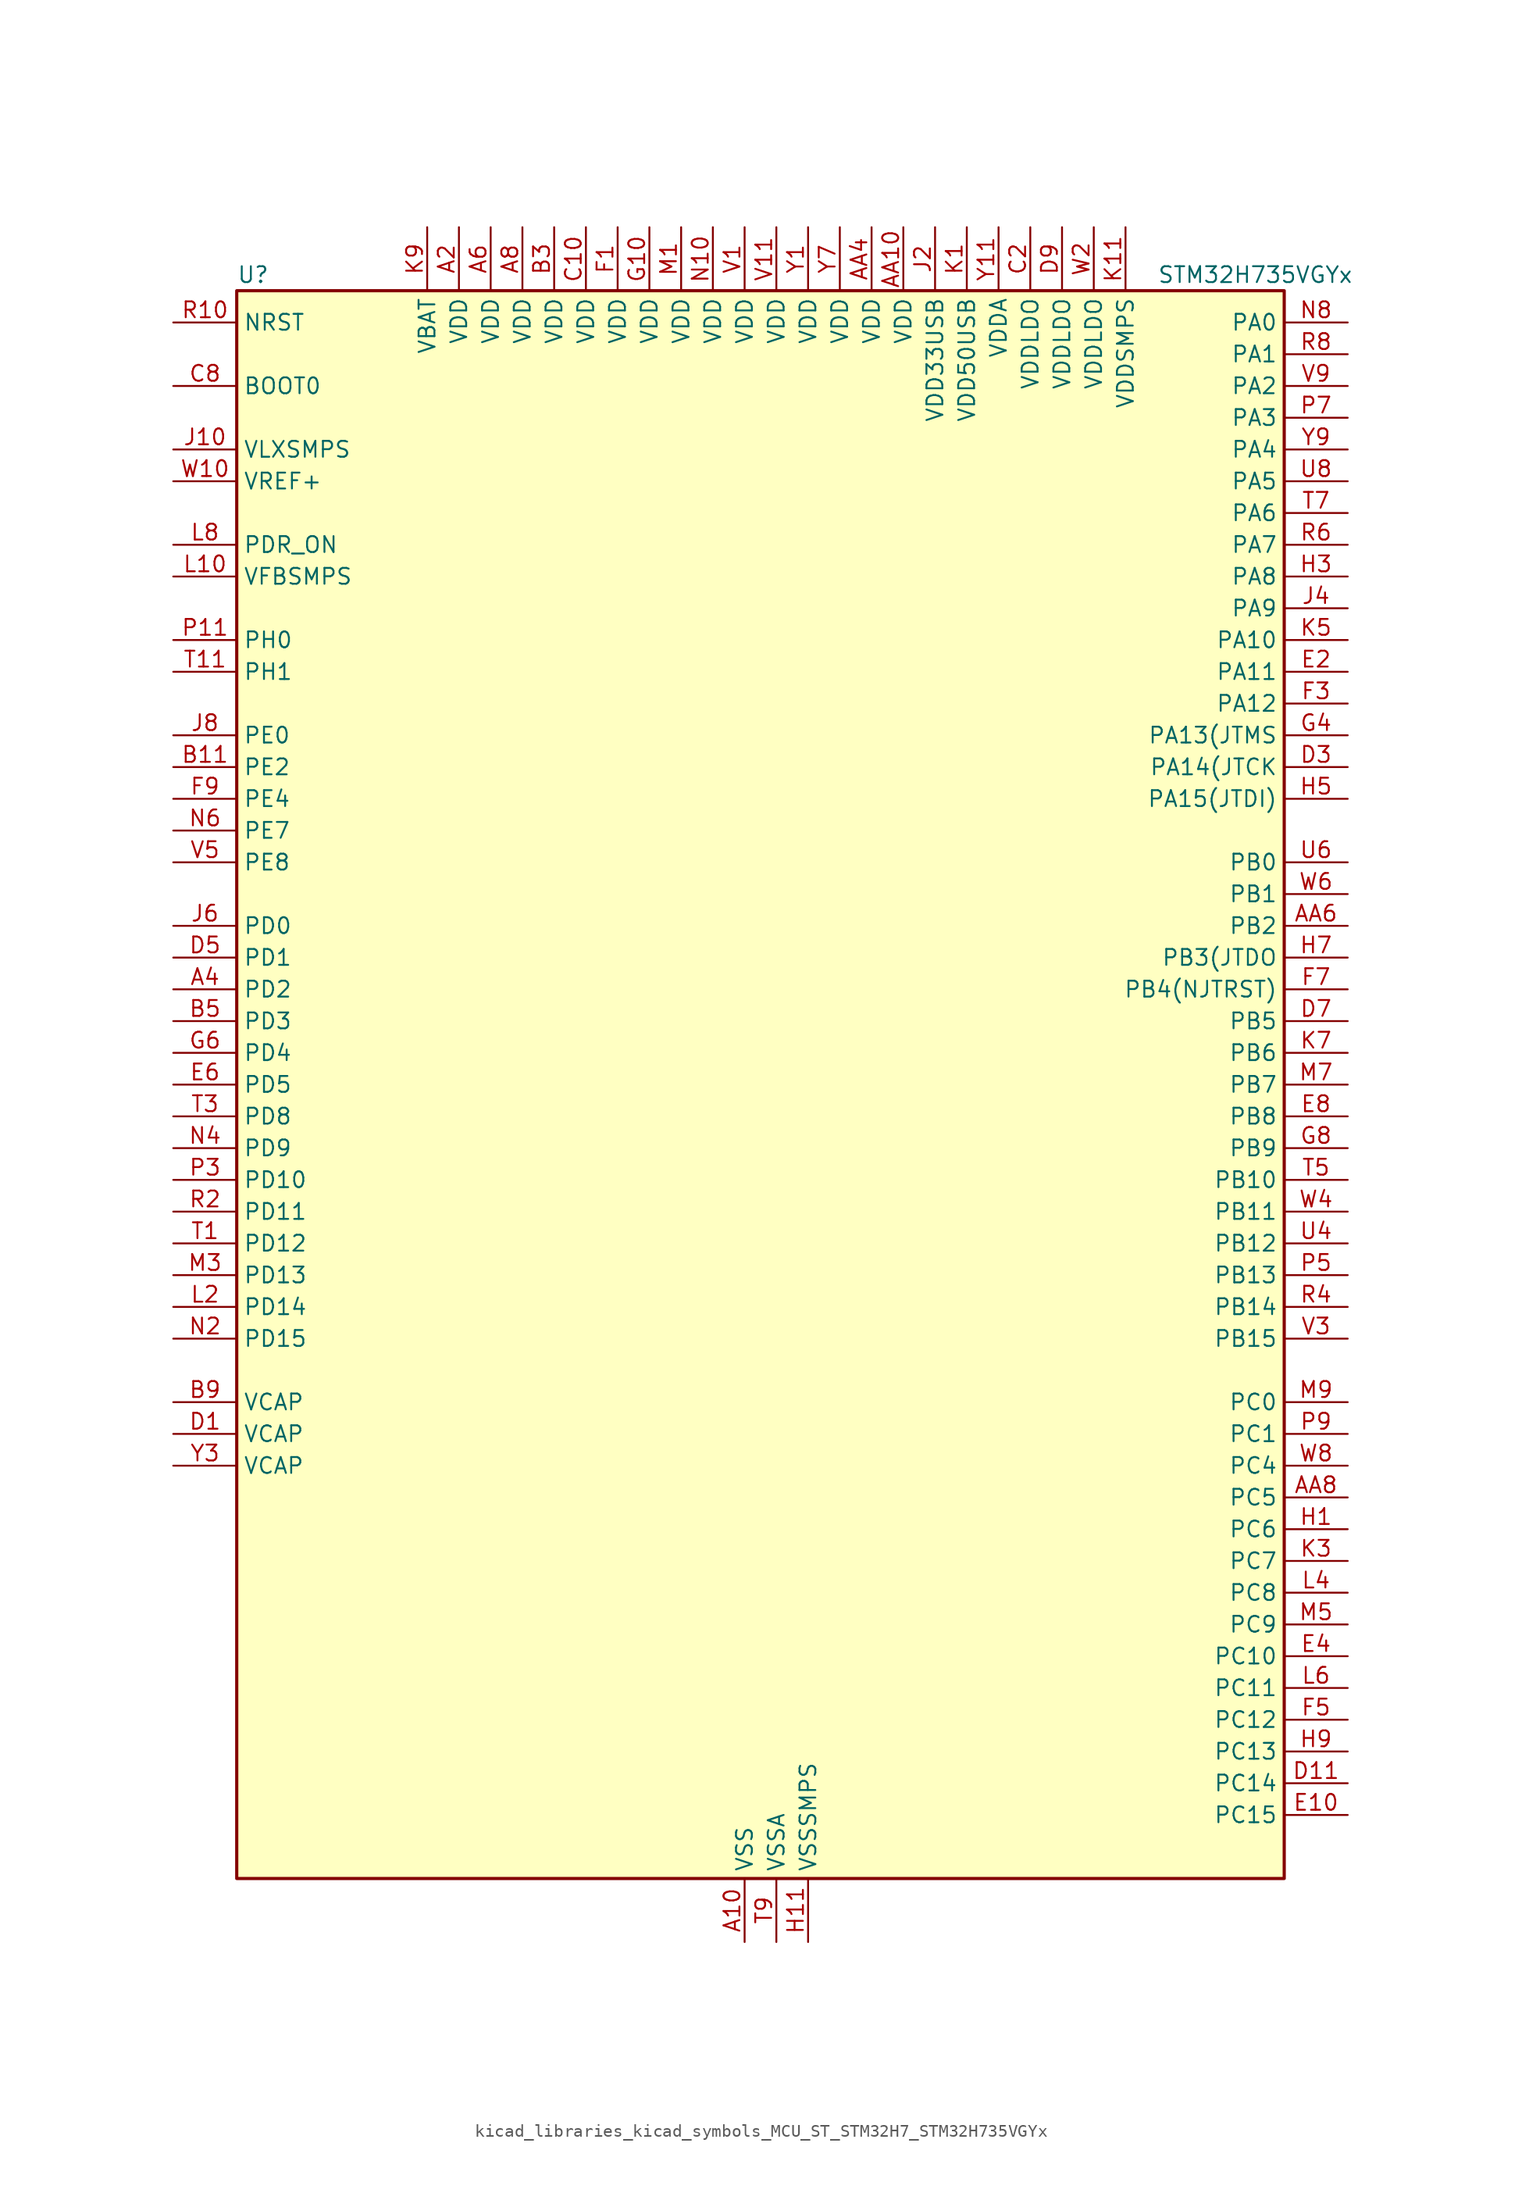
<source format=kicad_sym>
(kicad_symbol_lib
  (version 20220914)
  (generator kicad_symbol_editor)
  (symbol "kicad_libraries_kicad_symbols_MCU_ST_STM32H7_STM32H735VGYx"
    (property "Reference" "U"
      (at -40.64 64.77 0)
      (effects (font (size 1.27 1.27)) (justify left)))
    (property "Value" "STM32H735VGYx"
      (at 33.02 64.77 0)
      (effects (font (size 1.27 1.27)) (justify left)))
    (property "ki_locked" ""
      (at 0 0 0)
      (effects (font (size 1.27 1.27))))
    (symbol "kicad_libraries_kicad_symbols_MCU_ST_STM32H7_STM32H735VGYx_0_1"
      (rectangle (start -40.64 -63.5) (end 43.18 63.5) (stroke (width 0.254) (type default)) (fill (type background))))
    (symbol "kicad_libraries_kicad_symbols_MCU_ST_STM32H7_STM32H735VGYx_1_1"
      (pin power_in line (at 0 -68.58 90) (length 5.08) (name "VSS" (effects (font (size 1.27 1.27)))) (number "A10" (effects (font (size 1.27 1.27)))))
      (pin power_in line (at -22.86 68.58 270) (length 5.08) (name "VDD" (effects (font (size 1.27 1.27)))) (number "A2" (effects (font (size 1.27 1.27)))))
      (pin bidirectional line (at -45.72 7.62 0) (length 5.08) (name "PD2" (effects (font (size 1.27 1.27)))) (number "A4" (effects (font (size 1.27 1.27)))) (alternate "DCMI_D11" bidirectional line) (alternate "DEBUG_TRACED2" bidirectional line) (alternate "FMC_D7" bidirectional line) (alternate "FMC_DA7" bidirectional line) (alternate "LTDC_B2" bidirectional line) (alternate "LTDC_B7" bidirectional line) (alternate "PSSI_D11" bidirectional line) (alternate "SDMMC1_CMD" bidirectional line) (alternate "TIM15_BKIN" bidirectional line) (alternate "TIM3_ETR" bidirectional line) (alternate "UART5_RX" bidirectional line))
      (pin power_in line (at -20.32 68.58 270) (length 5.08) (name "VDD" (effects (font (size 1.27 1.27)))) (number "A6" (effects (font (size 1.27 1.27)))))
      (pin power_in line (at -17.78 68.58 270) (length 5.08) (name "VDD" (effects (font (size 1.27 1.27)))) (number "A8" (effects (font (size 1.27 1.27)))))
      (pin power_in line (at 12.7 68.58 270) (length 5.08) (name "VDD" (effects (font (size 1.27 1.27)))) (number "AA10" (effects (font (size 1.27 1.27)))))
      (pin passive line (at 0 -68.58 90) (length 5.08) hide (name "VSS" (effects (font (size 1.27 1.27)))) (number "AA2" (effects (font (size 1.27 1.27)))))
      (pin power_in line (at 10.16 68.58 270) (length 5.08) (name "VDD" (effects (font (size 1.27 1.27)))) (number "AA4" (effects (font (size 1.27 1.27)))))
      (pin bidirectional line (at 48.26 12.7 180) (length 5.08) (name "PB2" (effects (font (size 1.27 1.27)))) (number "AA6" (effects (font (size 1.27 1.27)))) (alternate "COMP1_INP" bidirectional line) (alternate "DFSDM1_CKIN1" bidirectional line) (alternate "ETH_TX_ER" bidirectional line) (alternate "I2S3_SDO" bidirectional line) (alternate "OCTOSPIM_P1_CLK" bidirectional line) (alternate "OCTOSPIM_P1_DQS" bidirectional line) (alternate "RTC_OUT_ALARM" bidirectional line) (alternate "RTC_OUT_CALIB" bidirectional line) (alternate "SAI1_D1" bidirectional line) (alternate "SAI1_SD_A" bidirectional line) (alternate "SAI4_D1" bidirectional line) (alternate "SAI4_SD_A" bidirectional line) (alternate "SPI3_MOSI" bidirectional line) (alternate "TIM23_ETR" bidirectional line))
      (pin bidirectional line (at 48.26 -33.02 180) (length 5.08) (name "PC5" (effects (font (size 1.27 1.27)))) (number "AA8" (effects (font (size 1.27 1.27)))) (alternate "ADC1_INN4" bidirectional line) (alternate "ADC1_INP8" bidirectional line) (alternate "ADC2_INN4" bidirectional line) (alternate "ADC2_INP8" bidirectional line) (alternate "COMP1_OUT" bidirectional line) (alternate "DFSDM1_DATIN2" bidirectional line) (alternate "ETH_RXD1" bidirectional line) (alternate "FMC_SDCKE0" bidirectional line) (alternate "LTDC_DE" bidirectional line) (alternate "OCTOSPIM_P1_DQS" bidirectional line) (alternate "OPAMP1_VINM" bidirectional line) (alternate "PSSI_D15" bidirectional line) (alternate "SAI1_D3" bidirectional line) (alternate "SAI4_D3" bidirectional line) (alternate "SPDIFRX1_IN3" bidirectional line))
      (pin passive line (at 0 -68.58 90) (length 5.08) hide (name "VSS" (effects (font (size 1.27 1.27)))) (number "B1" (effects (font (size 1.27 1.27)))))
      (pin bidirectional line (at -45.72 25.4 0) (length 5.08) (name "PE2" (effects (font (size 1.27 1.27)))) (number "B11" (effects (font (size 1.27 1.27)))) (alternate "DEBUG_TRACECLK" bidirectional line) (alternate "ETH_TXD3" bidirectional line) (alternate "FMC_A23" bidirectional line) (alternate "OCTOSPIM_P1_IO2" bidirectional line) (alternate "SAI1_CK1" bidirectional line) (alternate "SAI1_MCLK_A" bidirectional line) (alternate "SAI4_CK1" bidirectional line) (alternate "SAI4_MCLK_A" bidirectional line))
      (pin power_in line (at -15.24 68.58 270) (length 5.08) (name "VDD" (effects (font (size 1.27 1.27)))) (number "B3" (effects (font (size 1.27 1.27)))))
      (pin bidirectional line (at -45.72 5.08 0) (length 5.08) (name "PD3" (effects (font (size 1.27 1.27)))) (number "B5" (effects (font (size 1.27 1.27)))) (alternate "DCMI_D5" bidirectional line) (alternate "DFSDM1_CKOUT" bidirectional line) (alternate "FMC_CLK" bidirectional line) (alternate "I2S2_CK" bidirectional line) (alternate "LTDC_G7" bidirectional line) (alternate "PSSI_D5" bidirectional line) (alternate "SPI2_SCK" bidirectional line) (alternate "USART2_CTS" bidirectional line) (alternate "USART2_NSS" bidirectional line))
      (pin passive line (at 0 -68.58 90) (length 5.08) hide (name "VSS" (effects (font (size 1.27 1.27)))) (number "B7" (effects (font (size 1.27 1.27)))))
      (pin power_out line (at -45.72 -25.4 0) (length 5.08) (name "VCAP" (effects (font (size 1.27 1.27)))) (number "B9" (effects (font (size 1.27 1.27)))))
      (pin power_in line (at -12.7 68.58 270) (length 5.08) (name "VDD" (effects (font (size 1.27 1.27)))) (number "C10" (effects (font (size 1.27 1.27)))))
      (pin power_in line (at 22.86 68.58 270) (length 5.08) (name "VDDLDO" (effects (font (size 1.27 1.27)))) (number "C2" (effects (font (size 1.27 1.27)))))
      (pin passive line (at 0 -68.58 90) (length 5.08) hide (name "VSS" (effects (font (size 1.27 1.27)))) (number "C4" (effects (font (size 1.27 1.27)))))
      (pin passive line (at 0 -68.58 90) (length 5.08) hide (name "VSS" (effects (font (size 1.27 1.27)))) (number "C6" (effects (font (size 1.27 1.27)))))
      (pin input line (at -45.72 55.88 0) (length 5.08) (name "BOOT0" (effects (font (size 1.27 1.27)))) (number "C8" (effects (font (size 1.27 1.27)))))
      (pin power_out line (at -45.72 -27.94 0) (length 5.08) (name "VCAP" (effects (font (size 1.27 1.27)))) (number "D1" (effects (font (size 1.27 1.27)))))
      (pin bidirectional line (at 48.26 -55.88 180) (length 5.08) (name "PC14" (effects (font (size 1.27 1.27)))) (number "D11" (effects (font (size 1.27 1.27)))) (alternate "RCC_OSC32_IN" bidirectional line))
      (pin bidirectional line (at 48.26 25.4 180) (length 5.08) (name "PA14(JTCK" (effects (font (size 1.27 1.27)))) (number "D3" (effects (font (size 1.27 1.27)))) (alternate "DEBUG_JTCK-SWCLK" bidirectional line))
      (pin bidirectional line (at -45.72 10.16 0) (length 5.08) (name "PD1" (effects (font (size 1.27 1.27)))) (number "D5" (effects (font (size 1.27 1.27)))) (alternate "DFSDM1_DATIN6" bidirectional line) (alternate "FDCAN1_TX" bidirectional line) (alternate "FMC_D3" bidirectional line) (alternate "FMC_DA3" bidirectional line) (alternate "UART4_TX" bidirectional line))
      (pin bidirectional line (at 48.26 5.08 180) (length 5.08) (name "PB5" (effects (font (size 1.27 1.27)))) (number "D7" (effects (font (size 1.27 1.27)))) (alternate "DCMI_D10" bidirectional line) (alternate "ETH_PPS_OUT" bidirectional line) (alternate "FDCAN2_RX" bidirectional line) (alternate "FMC_SDCKE1" bidirectional line) (alternate "I2C1_SMBA" bidirectional line) (alternate "I2C4_SMBA" bidirectional line) (alternate "I2S1_SDO" bidirectional line) (alternate "I2S3_SDO" bidirectional line) (alternate "I2S6_SDO" bidirectional line) (alternate "LTDC_B5" bidirectional line) (alternate "PSSI_D10" bidirectional line) (alternate "SPI1_MOSI" bidirectional line) (alternate "SPI3_MOSI" bidirectional line) (alternate "SPI6_MOSI" bidirectional line) (alternate "TIM17_BKIN" bidirectional line) (alternate "TIM3_CH2" bidirectional line) (alternate "UART5_RX" bidirectional line) (alternate "USB_OTG_HS_ULPI_D7" bidirectional line))
      (pin power_in line (at 25.4 68.58 270) (length 5.08) (name "VDDLDO" (effects (font (size 1.27 1.27)))) (number "D9" (effects (font (size 1.27 1.27)))))
      (pin bidirectional line (at 48.26 -58.42 180) (length 5.08) (name "PC15" (effects (font (size 1.27 1.27)))) (number "E10" (effects (font (size 1.27 1.27)))) (alternate "ADC1_EXTI15" bidirectional line) (alternate "ADC2_EXTI15" bidirectional line) (alternate "ADC3_EXTI15" bidirectional line) (alternate "RCC_OSC32_OUT" bidirectional line))
      (pin bidirectional line (at 48.26 33.02 180) (length 5.08) (name "PA11" (effects (font (size 1.27 1.27)))) (number "E2" (effects (font (size 1.27 1.27)))) (alternate "ADC1_EXTI11" bidirectional line) (alternate "ADC2_EXTI11" bidirectional line) (alternate "ADC3_EXTI11" bidirectional line) (alternate "FDCAN1_RX" bidirectional line) (alternate "I2S2_WS" bidirectional line) (alternate "LPUART1_CTS" bidirectional line) (alternate "LTDC_R4" bidirectional line) (alternate "SPI2_NSS" bidirectional line) (alternate "TIM1_CH4" bidirectional line) (alternate "UART4_RX" bidirectional line) (alternate "USART1_CTS" bidirectional line) (alternate "USART1_NSS" bidirectional line) (alternate "USB_OTG_HS_DM" bidirectional line))
      (pin bidirectional line (at 48.26 -45.72 180) (length 5.08) (name "PC10" (effects (font (size 1.27 1.27)))) (number "E4" (effects (font (size 1.27 1.27)))) (alternate "DCMI_D8" bidirectional line) (alternate "DFSDM1_CKIN5" bidirectional line) (alternate "I2C5_SDA" bidirectional line) (alternate "I2S3_CK" bidirectional line) (alternate "LTDC_B1" bidirectional line) (alternate "LTDC_R2" bidirectional line) (alternate "OCTOSPIM_P1_IO1" bidirectional line) (alternate "PSSI_D8" bidirectional line) (alternate "SDMMC1_D2" bidirectional line) (alternate "SPI3_SCK" bidirectional line) (alternate "SWPMI1_RX" bidirectional line) (alternate "UART4_TX" bidirectional line) (alternate "USART3_TX" bidirectional line))
      (pin bidirectional line (at -45.72 0 0) (length 5.08) (name "PD5" (effects (font (size 1.27 1.27)))) (number "E6" (effects (font (size 1.27 1.27)))) (alternate "FMC_NWE" bidirectional line) (alternate "OCTOSPIM_P1_IO5" bidirectional line) (alternate "USART2_TX" bidirectional line))
      (pin bidirectional line (at 48.26 -2.54 180) (length 5.08) (name "PB8" (effects (font (size 1.27 1.27)))) (number "E8" (effects (font (size 1.27 1.27)))) (alternate "DCMI_D6" bidirectional line) (alternate "DFSDM1_CKIN7" bidirectional line) (alternate "ETH_TXD3" bidirectional line) (alternate "FDCAN1_RX" bidirectional line) (alternate "I2C1_SCL" bidirectional line) (alternate "I2C4_SCL" bidirectional line) (alternate "LTDC_B6" bidirectional line) (alternate "PSSI_D6" bidirectional line) (alternate "SDMMC1_CKIN" bidirectional line) (alternate "SDMMC1_D4" bidirectional line) (alternate "SDMMC2_D4" bidirectional line) (alternate "TIM16_CH1" bidirectional line) (alternate "TIM4_CH3" bidirectional line) (alternate "UART4_RX" bidirectional line))
      (pin power_in line (at -10.16 68.58 270) (length 5.08) (name "VDD" (effects (font (size 1.27 1.27)))) (number "F1" (effects (font (size 1.27 1.27)))))
      (pin passive line (at 0 -68.58 90) (length 5.08) hide (name "VSS" (effects (font (size 1.27 1.27)))) (number "F11" (effects (font (size 1.27 1.27)))))
      (pin bidirectional line (at 48.26 30.48 180) (length 5.08) (name "PA12" (effects (font (size 1.27 1.27)))) (number "F3" (effects (font (size 1.27 1.27)))) (alternate "FDCAN1_TX" bidirectional line) (alternate "I2S2_CK" bidirectional line) (alternate "LPUART1_DE" bidirectional line) (alternate "LPUART1_RTS" bidirectional line) (alternate "LTDC_R5" bidirectional line) (alternate "SAI4_FS_B" bidirectional line) (alternate "SPI2_SCK" bidirectional line) (alternate "TIM1_BKIN2" bidirectional line) (alternate "TIM1_ETR" bidirectional line) (alternate "UART4_TX" bidirectional line) (alternate "USART1_DE" bidirectional line) (alternate "USART1_RTS" bidirectional line) (alternate "USB_OTG_HS_DP" bidirectional line))
      (pin bidirectional line (at 48.26 -50.8 180) (length 5.08) (name "PC12" (effects (font (size 1.27 1.27)))) (number "F5" (effects (font (size 1.27 1.27)))) (alternate "DCMI_D9" bidirectional line) (alternate "DEBUG_TRACED3" bidirectional line) (alternate "FMC_D6" bidirectional line) (alternate "FMC_DA6" bidirectional line) (alternate "I2C5_SMBA" bidirectional line) (alternate "I2S3_SDO" bidirectional line) (alternate "I2S6_CK" bidirectional line) (alternate "LTDC_R6" bidirectional line) (alternate "PSSI_D9" bidirectional line) (alternate "SDMMC1_CK" bidirectional line) (alternate "SPI3_MOSI" bidirectional line) (alternate "SPI6_SCK" bidirectional line) (alternate "TIM15_CH1" bidirectional line) (alternate "UART5_TX" bidirectional line) (alternate "USART3_CK" bidirectional line))
      (pin bidirectional line (at 48.26 7.62 180) (length 5.08) (name "PB4(NJTRST)" (effects (font (size 1.27 1.27)))) (number "F7" (effects (font (size 1.27 1.27)))) (alternate "DEBUG_JTRST" bidirectional line) (alternate "I2S1_SDI" bidirectional line) (alternate "I2S2_WS" bidirectional line) (alternate "I2S3_SDI" bidirectional line) (alternate "I2S6_SDI" bidirectional line) (alternate "SDMMC2_D3" bidirectional line) (alternate "SPI1_MISO" bidirectional line) (alternate "SPI2_NSS" bidirectional line) (alternate "SPI3_MISO" bidirectional line) (alternate "SPI6_MISO" bidirectional line) (alternate "TIM16_BKIN" bidirectional line) (alternate "TIM3_CH1" bidirectional line) (alternate "UART7_TX" bidirectional line))
      (pin bidirectional line (at -45.72 22.86 0) (length 5.08) (name "PE4" (effects (font (size 1.27 1.27)))) (number "F9" (effects (font (size 1.27 1.27)))) (alternate "DCMI_D4" bidirectional line) (alternate "DEBUG_TRACED1" bidirectional line) (alternate "DFSDM1_DATIN3" bidirectional line) (alternate "FMC_A20" bidirectional line) (alternate "LTDC_B0" bidirectional line) (alternate "PSSI_D4" bidirectional line) (alternate "SAI1_D2" bidirectional line) (alternate "SAI1_FS_A" bidirectional line) (alternate "SAI4_D2" bidirectional line) (alternate "SAI4_FS_A" bidirectional line) (alternate "TIM15_CH1N" bidirectional line))
      (pin power_in line (at -7.62 68.58 270) (length 5.08) (name "VDD" (effects (font (size 1.27 1.27)))) (number "G10" (effects (font (size 1.27 1.27)))))
      (pin passive line (at 0 -68.58 90) (length 5.08) hide (name "VSS" (effects (font (size 1.27 1.27)))) (number "G2" (effects (font (size 1.27 1.27)))))
      (pin bidirectional line (at 48.26 27.94 180) (length 5.08) (name "PA13(JTMS" (effects (font (size 1.27 1.27)))) (number "G4" (effects (font (size 1.27 1.27)))) (alternate "DEBUG_JTMS-SWDIO" bidirectional line))
      (pin bidirectional line (at -45.72 2.54 0) (length 5.08) (name "PD4" (effects (font (size 1.27 1.27)))) (number "G6" (effects (font (size 1.27 1.27)))) (alternate "FMC_NOE" bidirectional line) (alternate "OCTOSPIM_P1_IO4" bidirectional line) (alternate "USART2_DE" bidirectional line) (alternate "USART2_RTS" bidirectional line))
      (pin bidirectional line (at 48.26 -5.08 180) (length 5.08) (name "PB9" (effects (font (size 1.27 1.27)))) (number "G8" (effects (font (size 1.27 1.27)))) (alternate "DAC1_EXTI9" bidirectional line) (alternate "DCMI_D7" bidirectional line) (alternate "DFSDM1_DATIN7" bidirectional line) (alternate "FDCAN1_TX" bidirectional line) (alternate "I2C1_SDA" bidirectional line) (alternate "I2C4_SDA" bidirectional line) (alternate "I2C4_SMBA" bidirectional line) (alternate "I2S2_WS" bidirectional line) (alternate "LTDC_B7" bidirectional line) (alternate "PSSI_D7" bidirectional line) (alternate "SDMMC1_CDIR" bidirectional line) (alternate "SDMMC1_D5" bidirectional line) (alternate "SDMMC2_D5" bidirectional line) (alternate "SPI2_NSS" bidirectional line) (alternate "TIM17_CH1" bidirectional line) (alternate "TIM4_CH4" bidirectional line) (alternate "UART4_TX" bidirectional line))
      (pin bidirectional line (at 48.26 -35.56 180) (length 5.08) (name "PC6" (effects (font (size 1.27 1.27)))) (number "H1" (effects (font (size 1.27 1.27)))) (alternate "DCMI_D0" bidirectional line) (alternate "DFSDM1_CKIN3" bidirectional line) (alternate "FMC_NWAIT" bidirectional line) (alternate "I2S2_MCK" bidirectional line) (alternate "LTDC_HSYNC" bidirectional line) (alternate "PSSI_D0" bidirectional line) (alternate "SDMMC1_D0DIR" bidirectional line) (alternate "SDMMC1_D6" bidirectional line) (alternate "SDMMC2_D6" bidirectional line) (alternate "SWPMI1_IO" bidirectional line) (alternate "TIM3_CH1" bidirectional line) (alternate "TIM8_CH1" bidirectional line) (alternate "USART6_TX" bidirectional line))
      (pin power_in line (at 5.08 -68.58 90) (length 5.08) (name "VSSSMPS" (effects (font (size 1.27 1.27)))) (number "H11" (effects (font (size 1.27 1.27)))))
      (pin bidirectional line (at 48.26 40.64 180) (length 5.08) (name "PA8" (effects (font (size 1.27 1.27)))) (number "H3" (effects (font (size 1.27 1.27)))) (alternate "I2C3_SCL" bidirectional line) (alternate "I2C5_SCL" bidirectional line) (alternate "LTDC_B3" bidirectional line) (alternate "LTDC_R6" bidirectional line) (alternate "RCC_MCO_1" bidirectional line) (alternate "TIM1_CH1" bidirectional line) (alternate "TIM8_BKIN2" bidirectional line) (alternate "TIM8_BKIN2_COMP1" bidirectional line) (alternate "TIM8_BKIN2_COMP2" bidirectional line) (alternate "UART7_RX" bidirectional line) (alternate "USART1_CK" bidirectional line) (alternate "USB_OTG_HS_SOF" bidirectional line))
      (pin bidirectional line (at 48.26 22.86 180) (length 5.08) (name "PA15(JTDI)" (effects (font (size 1.27 1.27)))) (number "H5" (effects (font (size 1.27 1.27)))) (alternate "ADC1_EXTI15" bidirectional line) (alternate "ADC2_EXTI15" bidirectional line) (alternate "ADC3_EXTI15" bidirectional line) (alternate "CEC" bidirectional line) (alternate "DEBUG_JTDI" bidirectional line) (alternate "I2S1_WS" bidirectional line) (alternate "I2S3_WS" bidirectional line) (alternate "I2S6_WS" bidirectional line) (alternate "LTDC_B6" bidirectional line) (alternate "LTDC_R3" bidirectional line) (alternate "SPI1_NSS" bidirectional line) (alternate "SPI3_NSS" bidirectional line) (alternate "SPI6_NSS" bidirectional line) (alternate "TIM2_CH1" bidirectional line) (alternate "TIM2_ETR" bidirectional line) (alternate "UART4_DE" bidirectional line) (alternate "UART4_RTS" bidirectional line) (alternate "UART7_TX" bidirectional line))
      (pin bidirectional line (at 48.26 10.16 180) (length 5.08) (name "PB3(JTDO" (effects (font (size 1.27 1.27)))) (number "H7" (effects (font (size 1.27 1.27)))) (alternate "CRS_SYNC" bidirectional line) (alternate "DEBUG_JTDO-SWO" bidirectional line) (alternate "I2S1_CK" bidirectional line) (alternate "I2S3_CK" bidirectional line) (alternate "I2S6_CK" bidirectional line) (alternate "SDMMC2_D2" bidirectional line) (alternate "SPI1_SCK" bidirectional line) (alternate "SPI3_SCK" bidirectional line) (alternate "SPI6_SCK" bidirectional line) (alternate "TIM24_ETR" bidirectional line) (alternate "TIM2_CH2" bidirectional line) (alternate "UART7_RX" bidirectional line))
      (pin bidirectional line (at 48.26 -53.34 180) (length 5.08) (name "PC13" (effects (font (size 1.27 1.27)))) (number "H9" (effects (font (size 1.27 1.27)))) (alternate "PWR_WKUP4" bidirectional line) (alternate "RTC_OUT_ALARM" bidirectional line) (alternate "RTC_OUT_CALIB" bidirectional line) (alternate "RTC_TAMP1" bidirectional line) (alternate "RTC_TS" bidirectional line))
      (pin power_in line (at -45.72 50.8 0) (length 5.08) (name "VLXSMPS" (effects (font (size 1.27 1.27)))) (number "J10" (effects (font (size 1.27 1.27)))))
      (pin power_in line (at 15.24 68.58 270) (length 5.08) (name "VDD33USB" (effects (font (size 1.27 1.27)))) (number "J2" (effects (font (size 1.27 1.27)))))
      (pin bidirectional line (at 48.26 38.1 180) (length 5.08) (name "PA9" (effects (font (size 1.27 1.27)))) (number "J4" (effects (font (size 1.27 1.27)))) (alternate "DAC1_EXTI9" bidirectional line) (alternate "DCMI_D0" bidirectional line) (alternate "ETH_TX_ER" bidirectional line) (alternate "I2C3_SMBA" bidirectional line) (alternate "I2C5_SMBA" bidirectional line) (alternate "I2S2_CK" bidirectional line) (alternate "LPUART1_TX" bidirectional line) (alternate "LTDC_R5" bidirectional line) (alternate "PSSI_D0" bidirectional line) (alternate "SPI2_SCK" bidirectional line) (alternate "TIM1_CH2" bidirectional line) (alternate "USART1_TX" bidirectional line) (alternate "USB_OTG_HS_VBUS" bidirectional line))
      (pin bidirectional line (at -45.72 12.7 0) (length 5.08) (name "PD0" (effects (font (size 1.27 1.27)))) (number "J6" (effects (font (size 1.27 1.27)))) (alternate "DFSDM1_CKIN6" bidirectional line) (alternate "FDCAN1_RX" bidirectional line) (alternate "FMC_D2" bidirectional line) (alternate "FMC_DA2" bidirectional line) (alternate "LTDC_B1" bidirectional line) (alternate "UART4_RX" bidirectional line) (alternate "UART9_CTS" bidirectional line))
      (pin bidirectional line (at -45.72 27.94 0) (length 5.08) (name "PE0" (effects (font (size 1.27 1.27)))) (number "J8" (effects (font (size 1.27 1.27)))) (alternate "DCMI_D2" bidirectional line) (alternate "FMC_NBL0" bidirectional line) (alternate "LPTIM1_ETR" bidirectional line) (alternate "LPTIM2_ETR" bidirectional line) (alternate "LTDC_R0" bidirectional line) (alternate "PSSI_D2" bidirectional line) (alternate "SAI4_MCLK_A" bidirectional line) (alternate "TIM4_ETR" bidirectional line))
      (pin power_in line (at 17.78 68.58 270) (length 5.08) (name "VDD50USB" (effects (font (size 1.27 1.27)))) (number "K1" (effects (font (size 1.27 1.27)))))
      (pin power_in line (at 30.48 68.58 270) (length 5.08) (name "VDDSMPS" (effects (font (size 1.27 1.27)))) (number "K11" (effects (font (size 1.27 1.27)))))
      (pin bidirectional line (at 48.26 -38.1 180) (length 5.08) (name "PC7" (effects (font (size 1.27 1.27)))) (number "K3" (effects (font (size 1.27 1.27)))) (alternate "DCMI_D1" bidirectional line) (alternate "DEBUG_TRGIO" bidirectional line) (alternate "DFSDM1_DATIN3" bidirectional line) (alternate "FMC_NE1" bidirectional line) (alternate "I2S3_MCK" bidirectional line) (alternate "LTDC_G6" bidirectional line) (alternate "PSSI_D1" bidirectional line) (alternate "SDMMC1_D123DIR" bidirectional line) (alternate "SDMMC1_D7" bidirectional line) (alternate "SDMMC2_D7" bidirectional line) (alternate "SWPMI1_TX" bidirectional line) (alternate "TIM3_CH2" bidirectional line) (alternate "TIM8_CH2" bidirectional line) (alternate "USART6_RX" bidirectional line))
      (pin bidirectional line (at 48.26 35.56 180) (length 5.08) (name "PA10" (effects (font (size 1.27 1.27)))) (number "K5" (effects (font (size 1.27 1.27)))) (alternate "DCMI_D1" bidirectional line) (alternate "LPUART1_RX" bidirectional line) (alternate "LTDC_B1" bidirectional line) (alternate "LTDC_B4" bidirectional line) (alternate "MDIOS_MDIO" bidirectional line) (alternate "PSSI_D1" bidirectional line) (alternate "TIM1_CH3" bidirectional line) (alternate "USART1_RX" bidirectional line) (alternate "USB_OTG_HS_ID" bidirectional line))
      (pin bidirectional line (at 48.26 2.54 180) (length 5.08) (name "PB6" (effects (font (size 1.27 1.27)))) (number "K7" (effects (font (size 1.27 1.27)))) (alternate "CEC" bidirectional line) (alternate "DCMI_D5" bidirectional line) (alternate "DFSDM1_DATIN5" bidirectional line) (alternate "FDCAN2_TX" bidirectional line) (alternate "FMC_SDNE1" bidirectional line) (alternate "I2C1_SCL" bidirectional line) (alternate "I2C4_SCL" bidirectional line) (alternate "LPUART1_TX" bidirectional line) (alternate "OCTOSPIM_P1_NCS" bidirectional line) (alternate "PSSI_D5" bidirectional line) (alternate "TIM16_CH1N" bidirectional line) (alternate "TIM4_CH1" bidirectional line) (alternate "UART5_TX" bidirectional line) (alternate "USART1_TX" bidirectional line))
      (pin power_in line (at -25.4 68.58 270) (length 5.08) (name "VBAT" (effects (font (size 1.27 1.27)))) (number "K9" (effects (font (size 1.27 1.27)))))
      (pin input line (at -45.72 40.64 0) (length 5.08) (name "VFBSMPS" (effects (font (size 1.27 1.27)))) (number "L10" (effects (font (size 1.27 1.27)))))
      (pin bidirectional line (at -45.72 -17.78 0) (length 5.08) (name "PD14" (effects (font (size 1.27 1.27)))) (number "L2" (effects (font (size 1.27 1.27)))) (alternate "FMC_D0" bidirectional line) (alternate "FMC_DA0" bidirectional line) (alternate "TIM4_CH3" bidirectional line) (alternate "UART9_RX" bidirectional line))
      (pin bidirectional line (at 48.26 -40.64 180) (length 5.08) (name "PC8" (effects (font (size 1.27 1.27)))) (number "L4" (effects (font (size 1.27 1.27)))) (alternate "DCMI_D2" bidirectional line) (alternate "DEBUG_TRACED1" bidirectional line) (alternate "FMC_INT" bidirectional line) (alternate "FMC_NCE" bidirectional line) (alternate "FMC_NE2" bidirectional line) (alternate "PSSI_D2" bidirectional line) (alternate "SDMMC1_D0" bidirectional line) (alternate "SWPMI1_RX" bidirectional line) (alternate "TIM3_CH3" bidirectional line) (alternate "TIM8_CH3" bidirectional line) (alternate "UART5_DE" bidirectional line) (alternate "UART5_RTS" bidirectional line) (alternate "USART6_CK" bidirectional line))
      (pin bidirectional line (at 48.26 -48.26 180) (length 5.08) (name "PC11" (effects (font (size 1.27 1.27)))) (number "L6" (effects (font (size 1.27 1.27)))) (alternate "ADC1_EXTI11" bidirectional line) (alternate "ADC2_EXTI11" bidirectional line) (alternate "ADC3_EXTI11" bidirectional line) (alternate "DCMI_D4" bidirectional line) (alternate "DFSDM1_DATIN5" bidirectional line) (alternate "I2C5_SCL" bidirectional line) (alternate "I2S3_SDI" bidirectional line) (alternate "LTDC_B4" bidirectional line) (alternate "OCTOSPIM_P1_NCS" bidirectional line) (alternate "PSSI_D4" bidirectional line) (alternate "SDMMC1_D3" bidirectional line) (alternate "SPI3_MISO" bidirectional line) (alternate "UART4_RX" bidirectional line) (alternate "USART3_RX" bidirectional line))
      (pin input line (at -45.72 43.18 0) (length 5.08) (name "PDR_ON" (effects (font (size 1.27 1.27)))) (number "L8" (effects (font (size 1.27 1.27)))))
      (pin power_in line (at -5.08 68.58 270) (length 5.08) (name "VDD" (effects (font (size 1.27 1.27)))) (number "M1" (effects (font (size 1.27 1.27)))))
      (pin passive line (at 0 -68.58 90) (length 5.08) hide (name "VSS" (effects (font (size 1.27 1.27)))) (number "M11" (effects (font (size 1.27 1.27)))))
      (pin bidirectional line (at -45.72 -15.24 0) (length 5.08) (name "PD13" (effects (font (size 1.27 1.27)))) (number "M3" (effects (font (size 1.27 1.27)))) (alternate "DCMI_D13" bidirectional line) (alternate "FDCAN3_TX" bidirectional line) (alternate "FMC_A18" bidirectional line) (alternate "I2C4_SDA" bidirectional line) (alternate "LPTIM1_OUT" bidirectional line) (alternate "OCTOSPIM_P1_IO3" bidirectional line) (alternate "PSSI_D13" bidirectional line) (alternate "SAI4_SCK_A" bidirectional line) (alternate "TIM4_CH2" bidirectional line) (alternate "UART9_DE" bidirectional line) (alternate "UART9_RTS" bidirectional line))
      (pin bidirectional line (at 48.26 -43.18 180) (length 5.08) (name "PC9" (effects (font (size 1.27 1.27)))) (number "M5" (effects (font (size 1.27 1.27)))) (alternate "DAC1_EXTI9" bidirectional line) (alternate "DCMI_D3" bidirectional line) (alternate "I2C3_SDA" bidirectional line) (alternate "I2C5_SDA" bidirectional line) (alternate "I2S_CKIN" bidirectional line) (alternate "LTDC_B2" bidirectional line) (alternate "LTDC_G3" bidirectional line) (alternate "OCTOSPIM_P1_IO0" bidirectional line) (alternate "PSSI_D3" bidirectional line) (alternate "RCC_MCO_2" bidirectional line) (alternate "SDMMC1_D1" bidirectional line) (alternate "SWPMI1_SUSPEND" bidirectional line) (alternate "TIM3_CH4" bidirectional line) (alternate "TIM8_CH4" bidirectional line) (alternate "UART5_CTS" bidirectional line))
      (pin bidirectional line (at 48.26 0 180) (length 5.08) (name "PB7" (effects (font (size 1.27 1.27)))) (number "M7" (effects (font (size 1.27 1.27)))) (alternate "DCMI_VSYNC" bidirectional line) (alternate "DFSDM1_CKIN5" bidirectional line) (alternate "FMC_NL" bidirectional line) (alternate "I2C1_SDA" bidirectional line) (alternate "I2C4_SDA" bidirectional line) (alternate "LPUART1_RX" bidirectional line) (alternate "PSSI_RDY" bidirectional line) (alternate "PWR_PVD_IN" bidirectional line) (alternate "TIM17_CH1N" bidirectional line) (alternate "TIM4_CH2" bidirectional line) (alternate "USART1_RX" bidirectional line))
      (pin bidirectional line (at 48.26 -25.4 180) (length 5.08) (name "PC0" (effects (font (size 1.27 1.27)))) (number "M9" (effects (font (size 1.27 1.27)))) (alternate "ADC1_INP10" bidirectional line) (alternate "ADC2_INP10" bidirectional line) (alternate "ADC3_INP10" bidirectional line) (alternate "DFSDM1_CKIN0" bidirectional line) (alternate "DFSDM1_DATIN4" bidirectional line) (alternate "FMC_A25" bidirectional line) (alternate "FMC_D12" bidirectional line) (alternate "FMC_DA12" bidirectional line) (alternate "FMC_SDNWE" bidirectional line) (alternate "LTDC_G2" bidirectional line) (alternate "LTDC_R5" bidirectional line) (alternate "SAI4_FS_B" bidirectional line) (alternate "USB_OTG_HS_ULPI_STP" bidirectional line))
      (pin power_in line (at -2.54 68.58 270) (length 5.08) (name "VDD" (effects (font (size 1.27 1.27)))) (number "N10" (effects (font (size 1.27 1.27)))))
      (pin bidirectional line (at -45.72 -20.32 0) (length 5.08) (name "PD15" (effects (font (size 1.27 1.27)))) (number "N2" (effects (font (size 1.27 1.27)))) (alternate "ADC1_EXTI15" bidirectional line) (alternate "ADC2_EXTI15" bidirectional line) (alternate "ADC3_EXTI15" bidirectional line) (alternate "FMC_D1" bidirectional line) (alternate "FMC_DA1" bidirectional line) (alternate "TIM4_CH4" bidirectional line) (alternate "UART9_TX" bidirectional line))
      (pin bidirectional line (at -45.72 -5.08 0) (length 5.08) (name "PD9" (effects (font (size 1.27 1.27)))) (number "N4" (effects (font (size 1.27 1.27)))) (alternate "DAC1_EXTI9" bidirectional line) (alternate "DFSDM1_DATIN3" bidirectional line) (alternate "FMC_D14" bidirectional line) (alternate "FMC_DA14" bidirectional line) (alternate "USART3_RX" bidirectional line))
      (pin bidirectional line (at -45.72 20.32 0) (length 5.08) (name "PE7" (effects (font (size 1.27 1.27)))) (number "N6" (effects (font (size 1.27 1.27)))) (alternate "COMP2_INM" bidirectional line) (alternate "DFSDM1_DATIN2" bidirectional line) (alternate "FMC_D4" bidirectional line) (alternate "FMC_DA4" bidirectional line) (alternate "OCTOSPIM_P1_IO4" bidirectional line) (alternate "OPAMP2_VOUT" bidirectional line) (alternate "TIM1_ETR" bidirectional line) (alternate "UART7_RX" bidirectional line))
      (pin bidirectional line (at 48.26 60.96 180) (length 5.08) (name "PA0" (effects (font (size 1.27 1.27)))) (number "N8" (effects (font (size 1.27 1.27)))) (alternate "ADC1_INP16" bidirectional line) (alternate "ETH_CRS" bidirectional line) (alternate "FMC_A19" bidirectional line) (alternate "I2S6_WS" bidirectional line) (alternate "PWR_WKUP1" bidirectional line) (alternate "SAI4_SD_B" bidirectional line) (alternate "SDMMC2_CMD" bidirectional line) (alternate "SPI6_NSS" bidirectional line) (alternate "TIM15_BKIN" bidirectional line) (alternate "TIM2_CH1" bidirectional line) (alternate "TIM2_ETR" bidirectional line) (alternate "TIM5_CH1" bidirectional line) (alternate "TIM8_ETR" bidirectional line) (alternate "UART4_TX" bidirectional line) (alternate "USART2_CTS" bidirectional line) (alternate "USART2_NSS" bidirectional line))
      (pin passive line (at 0 -68.58 90) (length 5.08) hide (name "VSS" (effects (font (size 1.27 1.27)))) (number "P1" (effects (font (size 1.27 1.27)))))
      (pin bidirectional line (at -45.72 35.56 0) (length 5.08) (name "PH0" (effects (font (size 1.27 1.27)))) (number "P11" (effects (font (size 1.27 1.27)))) (alternate "RCC_OSC_IN" bidirectional line))
      (pin bidirectional line (at -45.72 -7.62 0) (length 5.08) (name "PD10" (effects (font (size 1.27 1.27)))) (number "P3" (effects (font (size 1.27 1.27)))) (alternate "DFSDM1_CKOUT" bidirectional line) (alternate "FMC_D15" bidirectional line) (alternate "FMC_DA15" bidirectional line) (alternate "LTDC_B3" bidirectional line) (alternate "USART3_CK" bidirectional line))
      (pin bidirectional line (at 48.26 -15.24 180) (length 5.08) (name "PB13" (effects (font (size 1.27 1.27)))) (number "P5" (effects (font (size 1.27 1.27)))) (alternate "DCMI_D2" bidirectional line) (alternate "DFSDM1_CKIN1" bidirectional line) (alternate "ETH_TXD1" bidirectional line) (alternate "FDCAN2_TX" bidirectional line) (alternate "I2S2_CK" bidirectional line) (alternate "LPTIM2_OUT" bidirectional line) (alternate "OCTOSPIM_P1_IO2" bidirectional line) (alternate "PSSI_D2" bidirectional line) (alternate "SDMMC1_D0" bidirectional line) (alternate "SPI2_SCK" bidirectional line) (alternate "TIM1_CH1N" bidirectional line) (alternate "UART5_TX" bidirectional line) (alternate "USART3_CTS" bidirectional line) (alternate "USART3_NSS" bidirectional line) (alternate "USB_OTG_HS_ULPI_D6" bidirectional line))
      (pin bidirectional line (at 48.26 53.34 180) (length 5.08) (name "PA3" (effects (font (size 1.27 1.27)))) (number "P7" (effects (font (size 1.27 1.27)))) (alternate "ADC1_INP15" bidirectional line) (alternate "ADC2_INP15" bidirectional line) (alternate "ETH_COL" bidirectional line) (alternate "I2S6_MCK" bidirectional line) (alternate "LPTIM5_OUT" bidirectional line) (alternate "LTDC_B2" bidirectional line) (alternate "LTDC_B5" bidirectional line) (alternate "OCTOSPIM_P1_CLK" bidirectional line) (alternate "OCTOSPIM_P1_IO2" bidirectional line) (alternate "TIM15_CH2" bidirectional line) (alternate "TIM2_CH4" bidirectional line) (alternate "TIM5_CH4" bidirectional line) (alternate "USART2_RX" bidirectional line) (alternate "USB_OTG_HS_ULPI_D0" bidirectional line))
      (pin bidirectional line (at 48.26 -27.94 180) (length 5.08) (name "PC1" (effects (font (size 1.27 1.27)))) (number "P9" (effects (font (size 1.27 1.27)))) (alternate "ADC1_INN10" bidirectional line) (alternate "ADC1_INP11" bidirectional line) (alternate "ADC2_INN10" bidirectional line) (alternate "ADC2_INP11" bidirectional line) (alternate "ADC3_INN10" bidirectional line) (alternate "ADC3_INP11" bidirectional line) (alternate "DEBUG_TRACED0" bidirectional line) (alternate "DFSDM1_CKIN4" bidirectional line) (alternate "DFSDM1_DATIN0" bidirectional line) (alternate "ETH_MDC" bidirectional line) (alternate "I2S2_SDO" bidirectional line) (alternate "LTDC_G5" bidirectional line) (alternate "MDIOS_MDC" bidirectional line) (alternate "OCTOSPIM_P1_IO4" bidirectional line) (alternate "PWR_WKUP6" bidirectional line) (alternate "RTC_TAMP3" bidirectional line) (alternate "SAI1_D1" bidirectional line) (alternate "SAI1_SD_A" bidirectional line) (alternate "SAI4_D1" bidirectional line) (alternate "SAI4_SD_A" bidirectional line) (alternate "SDMMC2_CK" bidirectional line) (alternate "SPI2_MOSI" bidirectional line))
      (pin input line (at -45.72 60.96 0) (length 5.08) (name "NRST" (effects (font (size 1.27 1.27)))) (number "R10" (effects (font (size 1.27 1.27)))))
      (pin bidirectional line (at -45.72 -10.16 0) (length 5.08) (name "PD11" (effects (font (size 1.27 1.27)))) (number "R2" (effects (font (size 1.27 1.27)))) (alternate "ADC1_EXTI11" bidirectional line) (alternate "ADC2_EXTI11" bidirectional line) (alternate "ADC3_EXTI11" bidirectional line) (alternate "FMC_A16" bidirectional line) (alternate "FMC_CLE" bidirectional line) (alternate "I2C4_SMBA" bidirectional line) (alternate "LPTIM2_IN2" bidirectional line) (alternate "OCTOSPIM_P1_IO0" bidirectional line) (alternate "SAI4_SD_A" bidirectional line) (alternate "USART3_CTS" bidirectional line) (alternate "USART3_NSS" bidirectional line))
      (pin bidirectional line (at 48.26 -17.78 180) (length 5.08) (name "PB14" (effects (font (size 1.27 1.27)))) (number "R4" (effects (font (size 1.27 1.27)))) (alternate "DFSDM1_DATIN2" bidirectional line) (alternate "FMC_D10" bidirectional line) (alternate "FMC_DA10" bidirectional line) (alternate "I2S2_SDI" bidirectional line) (alternate "LTDC_CLK" bidirectional line) (alternate "SDMMC2_D0" bidirectional line) (alternate "SPI2_MISO" bidirectional line) (alternate "TIM12_CH1" bidirectional line) (alternate "TIM1_CH2N" bidirectional line) (alternate "TIM8_CH2N" bidirectional line) (alternate "UART4_DE" bidirectional line) (alternate "UART4_RTS" bidirectional line) (alternate "USART1_TX" bidirectional line) (alternate "USART3_DE" bidirectional line) (alternate "USART3_RTS" bidirectional line))
      (pin bidirectional line (at 48.26 43.18 180) (length 5.08) (name "PA7" (effects (font (size 1.27 1.27)))) (number "R6" (effects (font (size 1.27 1.27)))) (alternate "ADC1_INN3" bidirectional line) (alternate "ADC1_INP7" bidirectional line) (alternate "ADC2_INN3" bidirectional line) (alternate "ADC2_INP7" bidirectional line) (alternate "ETH_CRS_DV" bidirectional line) (alternate "ETH_RX_DV" bidirectional line) (alternate "FMC_SDNWE" bidirectional line) (alternate "I2S1_SDO" bidirectional line) (alternate "I2S6_SDO" bidirectional line) (alternate "LTDC_VSYNC" bidirectional line) (alternate "OCTOSPIM_P1_IO2" bidirectional line) (alternate "OPAMP1_VINM" bidirectional line) (alternate "SPI1_MOSI" bidirectional line) (alternate "SPI6_MOSI" bidirectional line) (alternate "TIM14_CH1" bidirectional line) (alternate "TIM1_CH1N" bidirectional line) (alternate "TIM3_CH2" bidirectional line) (alternate "TIM8_CH1N" bidirectional line))
      (pin bidirectional line (at 48.26 58.42 180) (length 5.08) (name "PA1" (effects (font (size 1.27 1.27)))) (number "R8" (effects (font (size 1.27 1.27)))) (alternate "ADC1_INN16" bidirectional line) (alternate "ADC1_INP17" bidirectional line) (alternate "ETH_REF_CLK" bidirectional line) (alternate "ETH_RX_CLK" bidirectional line) (alternate "LPTIM3_OUT" bidirectional line) (alternate "LTDC_R2" bidirectional line) (alternate "OCTOSPIM_P1_DQS" bidirectional line) (alternate "OCTOSPIM_P1_IO3" bidirectional line) (alternate "SAI4_MCLK_B" bidirectional line) (alternate "TIM15_CH1N" bidirectional line) (alternate "TIM2_CH2" bidirectional line) (alternate "TIM5_CH2" bidirectional line) (alternate "UART4_RX" bidirectional line) (alternate "USART2_DE" bidirectional line) (alternate "USART2_RTS" bidirectional line))
      (pin bidirectional line (at -45.72 -12.7 0) (length 5.08) (name "PD12" (effects (font (size 1.27 1.27)))) (number "T1" (effects (font (size 1.27 1.27)))) (alternate "DCMI_D12" bidirectional line) (alternate "FDCAN3_RX" bidirectional line) (alternate "FMC_A17" bidirectional line) (alternate "FMC_ALE" bidirectional line) (alternate "I2C4_SCL" bidirectional line) (alternate "LPTIM1_IN1" bidirectional line) (alternate "LPTIM2_IN1" bidirectional line) (alternate "OCTOSPIM_P1_IO1" bidirectional line) (alternate "PSSI_D12" bidirectional line) (alternate "SAI4_FS_A" bidirectional line) (alternate "TIM4_CH1" bidirectional line) (alternate "USART3_DE" bidirectional line) (alternate "USART3_RTS" bidirectional line))
      (pin bidirectional line (at -45.72 33.02 0) (length 5.08) (name "PH1" (effects (font (size 1.27 1.27)))) (number "T11" (effects (font (size 1.27 1.27)))) (alternate "RCC_OSC_OUT" bidirectional line))
      (pin bidirectional line (at -45.72 -2.54 0) (length 5.08) (name "PD8" (effects (font (size 1.27 1.27)))) (number "T3" (effects (font (size 1.27 1.27)))) (alternate "DFSDM1_CKIN3" bidirectional line) (alternate "FMC_D13" bidirectional line) (alternate "FMC_DA13" bidirectional line) (alternate "SPDIFRX1_IN1" bidirectional line) (alternate "USART3_TX" bidirectional line))
      (pin bidirectional line (at 48.26 -7.62 180) (length 5.08) (name "PB10" (effects (font (size 1.27 1.27)))) (number "T5" (effects (font (size 1.27 1.27)))) (alternate "DFSDM1_DATIN7" bidirectional line) (alternate "ETH_RX_ER" bidirectional line) (alternate "I2C2_SCL" bidirectional line) (alternate "I2S2_CK" bidirectional line) (alternate "LPTIM2_IN1" bidirectional line) (alternate "LTDC_G4" bidirectional line) (alternate "OCTOSPIM_P1_NCS" bidirectional line) (alternate "SPI2_SCK" bidirectional line) (alternate "TIM2_CH3" bidirectional line) (alternate "USART3_TX" bidirectional line) (alternate "USB_OTG_HS_ULPI_D3" bidirectional line))
      (pin bidirectional line (at 48.26 45.72 180) (length 5.08) (name "PA6" (effects (font (size 1.27 1.27)))) (number "T7" (effects (font (size 1.27 1.27)))) (alternate "ADC1_INP3" bidirectional line) (alternate "ADC2_INP3" bidirectional line) (alternate "DCMI_PIXCLK" bidirectional line) (alternate "I2S1_SDI" bidirectional line) (alternate "I2S6_SDI" bidirectional line) (alternate "LTDC_G2" bidirectional line) (alternate "MDIOS_MDC" bidirectional line) (alternate "OCTOSPIM_P1_IO3" bidirectional line) (alternate "PSSI_PDCK" bidirectional line) (alternate "SPI1_MISO" bidirectional line) (alternate "SPI6_MISO" bidirectional line) (alternate "TIM13_CH1" bidirectional line) (alternate "TIM1_BKIN" bidirectional line) (alternate "TIM1_BKIN_COMP1" bidirectional line) (alternate "TIM1_BKIN_COMP2" bidirectional line) (alternate "TIM3_CH1" bidirectional line) (alternate "TIM8_BKIN" bidirectional line) (alternate "TIM8_BKIN_COMP1" bidirectional line) (alternate "TIM8_BKIN_COMP2" bidirectional line))
      (pin power_in line (at 2.54 -68.58 90) (length 5.08) (name "VSSA" (effects (font (size 1.27 1.27)))) (number "T9" (effects (font (size 1.27 1.27)))))
      (pin passive line (at 0 -68.58 90) (length 5.08) hide (name "VSS" (effects (font (size 1.27 1.27)))) (number "U10" (effects (font (size 1.27 1.27)))))
      (pin passive line (at 0 -68.58 90) (length 5.08) hide (name "VSS" (effects (font (size 1.27 1.27)))) (number "U2" (effects (font (size 1.27 1.27)))))
      (pin bidirectional line (at 48.26 -12.7 180) (length 5.08) (name "PB12" (effects (font (size 1.27 1.27)))) (number "U4" (effects (font (size 1.27 1.27)))) (alternate "DFSDM1_DATIN1" bidirectional line) (alternate "ETH_TXD0" bidirectional line) (alternate "FDCAN2_RX" bidirectional line) (alternate "I2C2_SMBA" bidirectional line) (alternate "I2S2_WS" bidirectional line) (alternate "OCTOSPIM_P1_IO0" bidirectional line) (alternate "OCTOSPIM_P1_NCLK" bidirectional line) (alternate "SPI2_NSS" bidirectional line) (alternate "TIM1_BKIN" bidirectional line) (alternate "TIM1_BKIN_COMP1" bidirectional line) (alternate "TIM1_BKIN_COMP2" bidirectional line) (alternate "UART5_RX" bidirectional line) (alternate "USART3_CK" bidirectional line) (alternate "USB_OTG_HS_ULPI_D5" bidirectional line))
      (pin bidirectional line (at 48.26 17.78 180) (length 5.08) (name "PB0" (effects (font (size 1.27 1.27)))) (number "U6" (effects (font (size 1.27 1.27)))) (alternate "ADC1_INN5" bidirectional line) (alternate "ADC1_INP9" bidirectional line) (alternate "ADC2_INN5" bidirectional line) (alternate "ADC2_INP9" bidirectional line) (alternate "COMP1_INP" bidirectional line) (alternate "DFSDM1_CKOUT" bidirectional line) (alternate "ETH_RXD2" bidirectional line) (alternate "LTDC_G1" bidirectional line) (alternate "LTDC_R3" bidirectional line) (alternate "OCTOSPIM_P1_IO1" bidirectional line) (alternate "OPAMP1_VINP" bidirectional line) (alternate "TIM1_CH2N" bidirectional line) (alternate "TIM3_CH3" bidirectional line) (alternate "TIM8_CH2N" bidirectional line) (alternate "UART4_CTS" bidirectional line) (alternate "USB_OTG_HS_ULPI_D1" bidirectional line))
      (pin bidirectional line (at 48.26 48.26 180) (length 5.08) (name "PA5" (effects (font (size 1.27 1.27)))) (number "U8" (effects (font (size 1.27 1.27)))) (alternate "ADC1_INN18" bidirectional line) (alternate "ADC1_INP19" bidirectional line) (alternate "ADC2_INN18" bidirectional line) (alternate "ADC2_INP19" bidirectional line) (alternate "DAC1_OUT2" bidirectional line) (alternate "FMC_D9" bidirectional line) (alternate "FMC_DA9" bidirectional line) (alternate "I2S1_CK" bidirectional line) (alternate "I2S6_CK" bidirectional line) (alternate "LTDC_R4" bidirectional line) (alternate "PSSI_D14" bidirectional line) (alternate "PWR_NDSTOP2" bidirectional line) (alternate "SPI1_SCK" bidirectional line) (alternate "SPI6_SCK" bidirectional line) (alternate "TIM2_CH1" bidirectional line) (alternate "TIM2_ETR" bidirectional line) (alternate "TIM8_CH1N" bidirectional line) (alternate "USB_OTG_HS_ULPI_CK" bidirectional line))
      (pin power_in line (at 0 68.58 270) (length 5.08) (name "VDD" (effects (font (size 1.27 1.27)))) (number "V1" (effects (font (size 1.27 1.27)))))
      (pin power_in line (at 2.54 68.58 270) (length 5.08) (name "VDD" (effects (font (size 1.27 1.27)))) (number "V11" (effects (font (size 1.27 1.27)))))
      (pin bidirectional line (at 48.26 -20.32 180) (length 5.08) (name "PB15" (effects (font (size 1.27 1.27)))) (number "V3" (effects (font (size 1.27 1.27)))) (alternate "ADC1_EXTI15" bidirectional line) (alternate "ADC2_EXTI15" bidirectional line) (alternate "ADC3_EXTI15" bidirectional line) (alternate "DFSDM1_CKIN2" bidirectional line) (alternate "FMC_D11" bidirectional line) (alternate "FMC_DA11" bidirectional line) (alternate "I2S2_SDO" bidirectional line) (alternate "LTDC_G7" bidirectional line) (alternate "RTC_REFIN" bidirectional line) (alternate "SDMMC2_D1" bidirectional line) (alternate "SPI2_MOSI" bidirectional line) (alternate "TIM12_CH2" bidirectional line) (alternate "TIM1_CH3N" bidirectional line) (alternate "TIM8_CH3N" bidirectional line) (alternate "UART4_CTS" bidirectional line) (alternate "USART1_RX" bidirectional line))
      (pin bidirectional line (at -45.72 17.78 0) (length 5.08) (name "PE8" (effects (font (size 1.27 1.27)))) (number "V5" (effects (font (size 1.27 1.27)))) (alternate "COMP2_OUT" bidirectional line) (alternate "DFSDM1_CKIN2" bidirectional line) (alternate "FMC_D5" bidirectional line) (alternate "FMC_DA5" bidirectional line) (alternate "OCTOSPIM_P1_IO5" bidirectional line) (alternate "OPAMP2_VINM" bidirectional line) (alternate "TIM1_CH1N" bidirectional line) (alternate "UART7_TX" bidirectional line))
      (pin passive line (at 0 -68.58 90) (length 5.08) hide (name "VSS" (effects (font (size 1.27 1.27)))) (number "V7" (effects (font (size 1.27 1.27)))))
      (pin bidirectional line (at 48.26 55.88 180) (length 5.08) (name "PA2" (effects (font (size 1.27 1.27)))) (number "V9" (effects (font (size 1.27 1.27)))) (alternate "ADC1_INP14" bidirectional line) (alternate "ADC2_INP14" bidirectional line) (alternate "ETH_MDIO" bidirectional line) (alternate "LPTIM4_OUT" bidirectional line) (alternate "LTDC_R1" bidirectional line) (alternate "MDIOS_MDIO" bidirectional line) (alternate "OCTOSPIM_P1_IO0" bidirectional line) (alternate "PWR_WKUP2" bidirectional line) (alternate "SAI4_SCK_B" bidirectional line) (alternate "TIM15_CH1" bidirectional line) (alternate "TIM2_CH3" bidirectional line) (alternate "TIM5_CH3" bidirectional line) (alternate "USART2_TX" bidirectional line))
      (pin input line (at -45.72 48.26 0) (length 5.08) (name "VREF+" (effects (font (size 1.27 1.27)))) (number "W10" (effects (font (size 1.27 1.27)))) (alternate "VREFBUF_OUT" bidirectional line))
      (pin power_in line (at 27.94 68.58 270) (length 5.08) (name "VDDLDO" (effects (font (size 1.27 1.27)))) (number "W2" (effects (font (size 1.27 1.27)))))
      (pin bidirectional line (at 48.26 -10.16 180) (length 5.08) (name "PB11" (effects (font (size 1.27 1.27)))) (number "W4" (effects (font (size 1.27 1.27)))) (alternate "ADC1_EXTI11" bidirectional line) (alternate "ADC2_EXTI11" bidirectional line) (alternate "ADC3_EXTI11" bidirectional line) (alternate "DFSDM1_CKIN7" bidirectional line) (alternate "ETH_TX_EN" bidirectional line) (alternate "I2C2_SDA" bidirectional line) (alternate "LPTIM2_ETR" bidirectional line) (alternate "LTDC_G5" bidirectional line) (alternate "TIM2_CH4" bidirectional line) (alternate "USART3_RX" bidirectional line) (alternate "USB_OTG_HS_ULPI_D4" bidirectional line))
      (pin bidirectional line (at 48.26 15.24 180) (length 5.08) (name "PB1" (effects (font (size 1.27 1.27)))) (number "W6" (effects (font (size 1.27 1.27)))) (alternate "ADC1_INP5" bidirectional line) (alternate "ADC2_INP5" bidirectional line) (alternate "COMP1_INM" bidirectional line) (alternate "DFSDM1_DATIN1" bidirectional line) (alternate "ETH_RXD3" bidirectional line) (alternate "LTDC_G0" bidirectional line) (alternate "LTDC_R6" bidirectional line) (alternate "OCTOSPIM_P1_IO0" bidirectional line) (alternate "TIM1_CH3N" bidirectional line) (alternate "TIM3_CH4" bidirectional line) (alternate "TIM8_CH3N" bidirectional line) (alternate "USB_OTG_HS_ULPI_D2" bidirectional line))
      (pin bidirectional line (at 48.26 -30.48 180) (length 5.08) (name "PC4" (effects (font (size 1.27 1.27)))) (number "W8" (effects (font (size 1.27 1.27)))) (alternate "ADC1_INP4" bidirectional line) (alternate "ADC2_INP4" bidirectional line) (alternate "COMP1_INM" bidirectional line) (alternate "DFSDM1_CKIN2" bidirectional line) (alternate "ETH_RXD0" bidirectional line) (alternate "FMC_A22" bidirectional line) (alternate "FMC_SDNE0" bidirectional line) (alternate "I2S1_MCK" bidirectional line) (alternate "LTDC_R7" bidirectional line) (alternate "OPAMP1_VOUT" bidirectional line) (alternate "SDMMC2_CKIN" bidirectional line) (alternate "SPDIFRX1_IN2" bidirectional line))
      (pin power_in line (at 5.08 68.58 270) (length 5.08) (name "VDD" (effects (font (size 1.27 1.27)))) (number "Y1" (effects (font (size 1.27 1.27)))))
      (pin power_in line (at 20.32 68.58 270) (length 5.08) (name "VDDA" (effects (font (size 1.27 1.27)))) (number "Y11" (effects (font (size 1.27 1.27)))))
      (pin power_out line (at -45.72 -30.48 0) (length 5.08) (name "VCAP" (effects (font (size 1.27 1.27)))) (number "Y3" (effects (font (size 1.27 1.27)))))
      (pin passive line (at 0 -68.58 90) (length 5.08) hide (name "VSS" (effects (font (size 1.27 1.27)))) (number "Y5" (effects (font (size 1.27 1.27)))))
      (pin power_in line (at 7.62 68.58 270) (length 5.08) (name "VDD" (effects (font (size 1.27 1.27)))) (number "Y7" (effects (font (size 1.27 1.27)))))
      (pin bidirectional line (at 48.26 50.8 180) (length 5.08) (name "PA4" (effects (font (size 1.27 1.27)))) (number "Y9" (effects (font (size 1.27 1.27)))) (alternate "ADC1_INP18" bidirectional line) (alternate "ADC2_INP18" bidirectional line) (alternate "DAC1_OUT1" bidirectional line) (alternate "DCMI_HSYNC" bidirectional line) (alternate "FMC_D8" bidirectional line) (alternate "FMC_DA8" bidirectional line) (alternate "I2S1_WS" bidirectional line) (alternate "I2S3_WS" bidirectional line) (alternate "I2S6_WS" bidirectional line) (alternate "LTDC_VSYNC" bidirectional line) (alternate "PSSI_DE" bidirectional line) (alternate "SPI1_NSS" bidirectional line) (alternate "SPI3_NSS" bidirectional line) (alternate "SPI6_NSS" bidirectional line) (alternate "TIM5_ETR" bidirectional line) (alternate "USART2_CK" bidirectional line)))))
</source>
